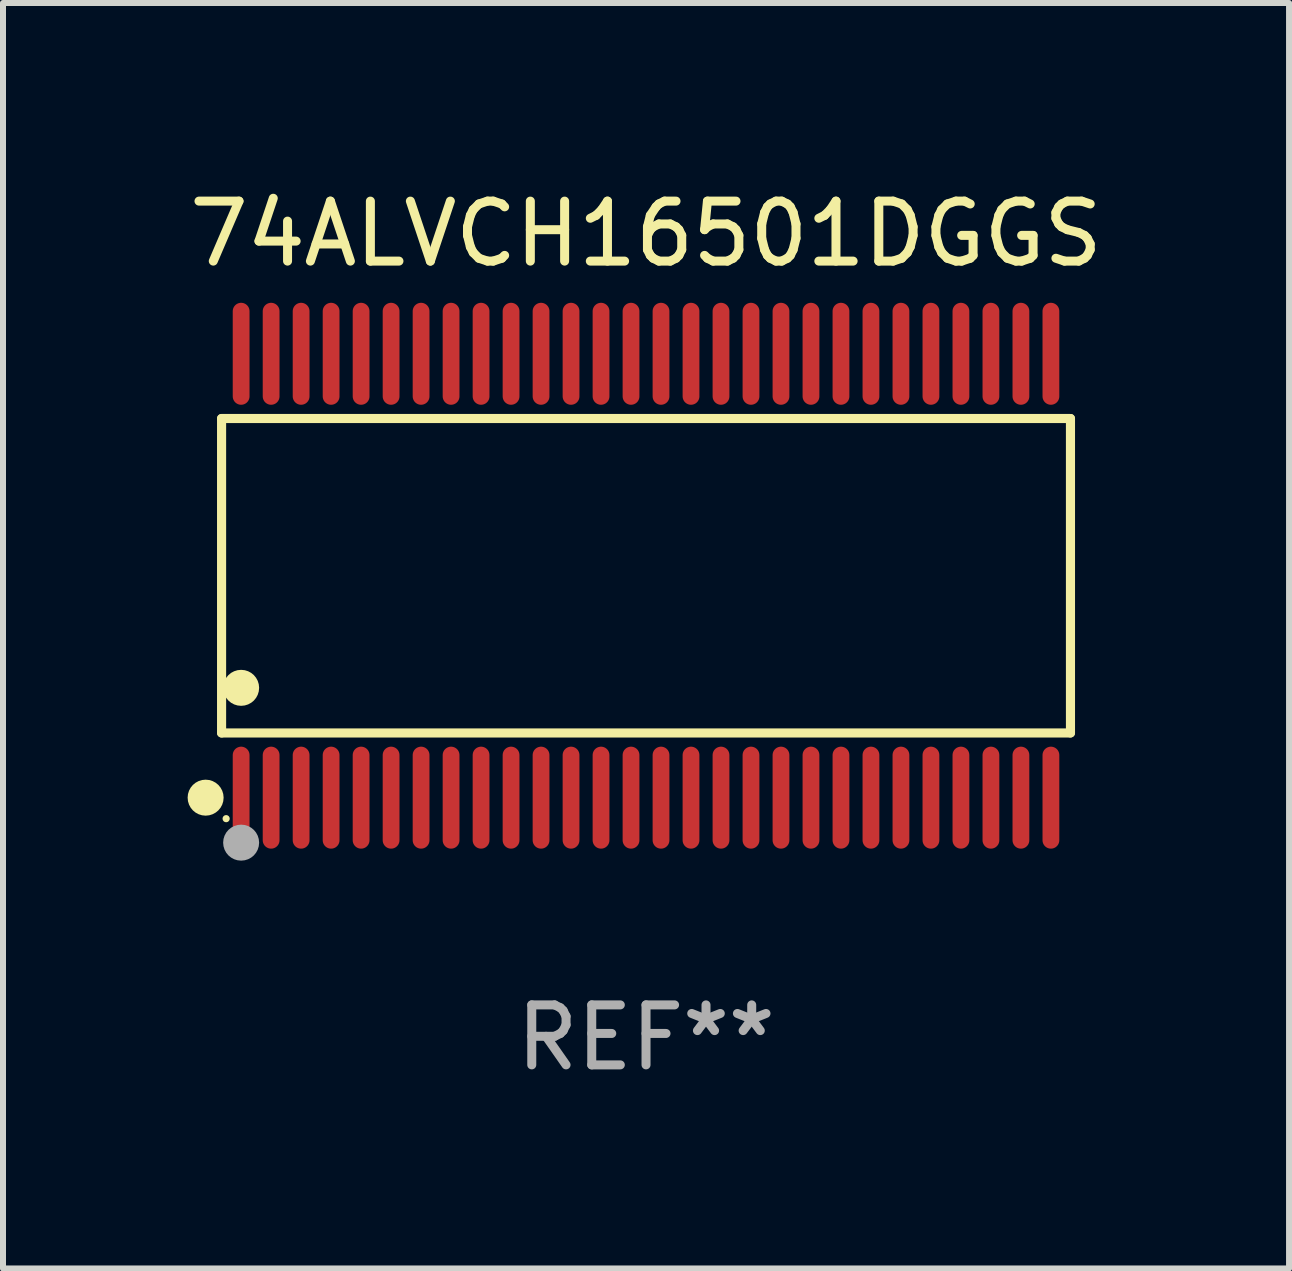
<source format=kicad_pcb>
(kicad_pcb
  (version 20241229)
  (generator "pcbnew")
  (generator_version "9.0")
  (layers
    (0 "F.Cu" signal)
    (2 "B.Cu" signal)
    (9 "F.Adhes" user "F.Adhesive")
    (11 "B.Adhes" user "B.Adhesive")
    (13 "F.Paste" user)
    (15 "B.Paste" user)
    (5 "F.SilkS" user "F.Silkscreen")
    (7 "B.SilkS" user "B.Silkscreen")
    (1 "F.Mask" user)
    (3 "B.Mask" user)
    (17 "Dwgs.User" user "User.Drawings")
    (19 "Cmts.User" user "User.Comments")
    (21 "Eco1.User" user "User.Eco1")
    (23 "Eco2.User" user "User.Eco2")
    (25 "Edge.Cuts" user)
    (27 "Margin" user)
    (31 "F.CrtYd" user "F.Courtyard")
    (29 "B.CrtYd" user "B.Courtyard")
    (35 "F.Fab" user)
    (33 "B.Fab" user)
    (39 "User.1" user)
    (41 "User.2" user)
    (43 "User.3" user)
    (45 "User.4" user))
  (footprint "74ALVCH16501DGGS"
    (layer "F.Cu")
    (at 7.72 6.548)
    (property "Reference" "74ALVCH16501DGGS" (at 0 -5.7 0) (layer "F.SilkS") (effects (font (size 1 1) (thickness 0.15))))
    (attr through_hole)
    (fp_line (start -7.076 -2.621) (end 7.076 -2.621) (stroke (width 0.152) (type solid)) (layer "F.SilkS"))
    (fp_line (start -7.076 2.621) (end -7.076 -2.621) (stroke (width 0.152) (type solid)) (layer "F.SilkS"))
    (fp_line (start 7.076 -2.621) (end 7.076 2.621) (stroke (width 0.152) (type solid)) (layer "F.SilkS"))
    (fp_line (start 7.076 2.621) (end -7.076 2.621) (stroke (width 0.152) (type solid)) (layer "F.SilkS"))
    (fp_circle (center -7.342 3.7) (end -7.192 3.7) (stroke (width 0.3) (type solid)) (fill no) (layer "F.SilkS"))
    (fp_circle (center -7 4.05) (end -6.97 4.05) (stroke (width 0.06) (type solid)) (fill no) (layer "F.SilkS"))
    (fp_circle (center -6.75 1.869) (end -6.6 1.869) (stroke (width 0.3) (type solid)) (fill no) (layer "F.SilkS"))
    (fp_circle (center -6.75 4.45) (end -6.6 4.45) (stroke (width 0.3) (type solid)) (fill no) (layer "F.Fab"))
    (fp_text user "REF**" (at 0 7.7 0) (layer "F.Fab") (effects (font (size 1 1) (thickness 0.15))))
    (pad "1" smd oval (at -6.75 3.7) (size 0.28 1.7) (layers "F.Cu" "F.Mask" "F.Paste"))
    (pad "2" smd oval (at -6.25 3.7) (size 0.28 1.7) (layers "F.Cu" "F.Mask" "F.Paste"))
    (pad "3" smd oval (at -5.75 3.7) (size 0.28 1.7) (layers "F.Cu" "F.Mask" "F.Paste"))
    (pad "4" smd oval (at -5.25 3.7) (size 0.28 1.7) (layers "F.Cu" "F.Mask" "F.Paste"))
    (pad "5" smd oval (at -4.75 3.7) (size 0.28 1.7) (layers "F.Cu" "F.Mask" "F.Paste"))
    (pad "6" smd oval (at -4.25 3.7) (size 0.28 1.7) (layers "F.Cu" "F.Mask" "F.Paste"))
    (pad "7" smd oval (at -3.75 3.7) (size 0.28 1.7) (layers "F.Cu" "F.Mask" "F.Paste"))
    (pad "8" smd oval (at -3.25 3.7) (size 0.28 1.7) (layers "F.Cu" "F.Mask" "F.Paste"))
    (pad "9" smd oval (at -2.75 3.7) (size 0.28 1.7) (layers "F.Cu" "F.Mask" "F.Paste"))
    (pad "10" smd oval (at -2.25 3.7) (size 0.28 1.7) (layers "F.Cu" "F.Mask" "F.Paste"))
    (pad "11" smd oval (at -1.75 3.7) (size 0.28 1.7) (layers "F.Cu" "F.Mask" "F.Paste"))
    (pad "12" smd oval (at -1.25 3.7) (size 0.28 1.7) (layers "F.Cu" "F.Mask" "F.Paste"))
    (pad "13" smd oval (at -0.75 3.7) (size 0.28 1.7) (layers "F.Cu" "F.Mask" "F.Paste"))
    (pad "14" smd oval (at -0.25 3.7) (size 0.28 1.7) (layers "F.Cu" "F.Mask" "F.Paste"))
    (pad "15" smd oval (at 0.25 3.7) (size 0.28 1.7) (layers "F.Cu" "F.Mask" "F.Paste"))
    (pad "16" smd oval (at 0.75 3.7) (size 0.28 1.7) (layers "F.Cu" "F.Mask" "F.Paste"))
    (pad "17" smd oval (at 1.25 3.7) (size 0.28 1.7) (layers "F.Cu" "F.Mask" "F.Paste"))
    (pad "18" smd oval (at 1.75 3.7) (size 0.28 1.7) (layers "F.Cu" "F.Mask" "F.Paste"))
    (pad "19" smd oval (at 2.25 3.7) (size 0.28 1.7) (layers "F.Cu" "F.Mask" "F.Paste"))
    (pad "20" smd oval (at 2.75 3.7) (size 0.28 1.7) (layers "F.Cu" "F.Mask" "F.Paste"))
    (pad "21" smd oval (at 3.25 3.7) (size 0.28 1.7) (layers "F.Cu" "F.Mask" "F.Paste"))
    (pad "22" smd oval (at 3.75 3.7) (size 0.28 1.7) (layers "F.Cu" "F.Mask" "F.Paste"))
    (pad "23" smd oval (at 4.25 3.7) (size 0.28 1.7) (layers "F.Cu" "F.Mask" "F.Paste"))
    (pad "24" smd oval (at 4.75 3.7) (size 0.28 1.7) (layers "F.Cu" "F.Mask" "F.Paste"))
    (pad "25" smd oval (at 5.25 3.7) (size 0.28 1.7) (layers "F.Cu" "F.Mask" "F.Paste"))
    (pad "26" smd oval (at 5.75 3.7) (size 0.28 1.7) (layers "F.Cu" "F.Mask" "F.Paste"))
    (pad "27" smd oval (at 6.25 3.7) (size 0.28 1.7) (layers "F.Cu" "F.Mask" "F.Paste"))
    (pad "28" smd oval (at 6.75 3.7) (size 0.28 1.7) (layers "F.Cu" "F.Mask" "F.Paste"))
    (pad "29" smd oval (at 6.75 -3.7) (size 0.28 1.7) (layers "F.Cu" "F.Mask" "F.Paste"))
    (pad "30" smd oval (at 6.25 -3.7) (size 0.28 1.7) (layers "F.Cu" "F.Mask" "F.Paste"))
    (pad "31" smd oval (at 5.75 -3.7) (size 0.28 1.7) (layers "F.Cu" "F.Mask" "F.Paste"))
    (pad "32" smd oval (at 5.25 -3.7) (size 0.28 1.7) (layers "F.Cu" "F.Mask" "F.Paste"))
    (pad "33" smd oval (at 4.75 -3.7) (size 0.28 1.7) (layers "F.Cu" "F.Mask" "F.Paste"))
    (pad "34" smd oval (at 4.25 -3.7) (size 0.28 1.7) (layers "F.Cu" "F.Mask" "F.Paste"))
    (pad "35" smd oval (at 3.75 -3.7) (size 0.28 1.7) (layers "F.Cu" "F.Mask" "F.Paste"))
    (pad "36" smd oval (at 3.25 -3.7) (size 0.28 1.7) (layers "F.Cu" "F.Mask" "F.Paste"))
    (pad "37" smd oval (at 2.75 -3.7) (size 0.28 1.7) (layers "F.Cu" "F.Mask" "F.Paste"))
    (pad "38" smd oval (at 2.25 -3.7) (size 0.28 1.7) (layers "F.Cu" "F.Mask" "F.Paste"))
    (pad "39" smd oval (at 1.75 -3.7) (size 0.28 1.7) (layers "F.Cu" "F.Mask" "F.Paste"))
    (pad "40" smd oval (at 1.25 -3.7) (size 0.28 1.7) (layers "F.Cu" "F.Mask" "F.Paste"))
    (pad "41" smd oval (at 0.75 -3.7) (size 0.28 1.7) (layers "F.Cu" "F.Mask" "F.Paste"))
    (pad "42" smd oval (at 0.25 -3.7) (size 0.28 1.7) (layers "F.Cu" "F.Mask" "F.Paste"))
    (pad "43" smd oval (at -0.25 -3.7) (size 0.28 1.7) (layers "F.Cu" "F.Mask" "F.Paste"))
    (pad "44" smd oval (at -0.75 -3.7) (size 0.28 1.7) (layers "F.Cu" "F.Mask" "F.Paste"))
    (pad "45" smd oval (at -1.25 -3.7) (size 0.28 1.7) (layers "F.Cu" "F.Mask" "F.Paste"))
    (pad "46" smd oval (at -1.75 -3.7) (size 0.28 1.7) (layers "F.Cu" "F.Mask" "F.Paste"))
    (pad "47" smd oval (at -2.25 -3.7) (size 0.28 1.7) (layers "F.Cu" "F.Mask" "F.Paste"))
    (pad "48" smd oval (at -2.75 -3.7) (size 0.28 1.7) (layers "F.Cu" "F.Mask" "F.Paste"))
    (pad "49" smd oval (at -3.25 -3.7) (size 0.28 1.7) (layers "F.Cu" "F.Mask" "F.Paste"))
    (pad "50" smd oval (at -3.75 -3.7) (size 0.28 1.7) (layers "F.Cu" "F.Mask" "F.Paste"))
    (pad "51" smd oval (at -4.25 -3.7) (size 0.28 1.7) (layers "F.Cu" "F.Mask" "F.Paste"))
    (pad "52" smd oval (at -4.75 -3.7) (size 0.28 1.7) (layers "F.Cu" "F.Mask" "F.Paste"))
    (pad "53" smd oval (at -5.25 -3.7) (size 0.28 1.7) (layers "F.Cu" "F.Mask" "F.Paste"))
    (pad "54" smd oval (at -5.75 -3.7) (size 0.28 1.7) (layers "F.Cu" "F.Mask" "F.Paste"))
    (pad "55" smd oval (at -6.25 -3.7) (size 0.28 1.7) (layers "F.Cu" "F.Mask" "F.Paste"))
    (pad "56" smd oval (at -6.75 -3.7) (size 0.28 1.7) (layers "F.Cu" "F.Mask" "F.Paste")))
  (gr_rect
    (start -3 -3)
    (end 18.44 18.097)
    (stroke (width 0.1) (type default))
    (fill no)
    (layer "Edge.Cuts")))
</source>
